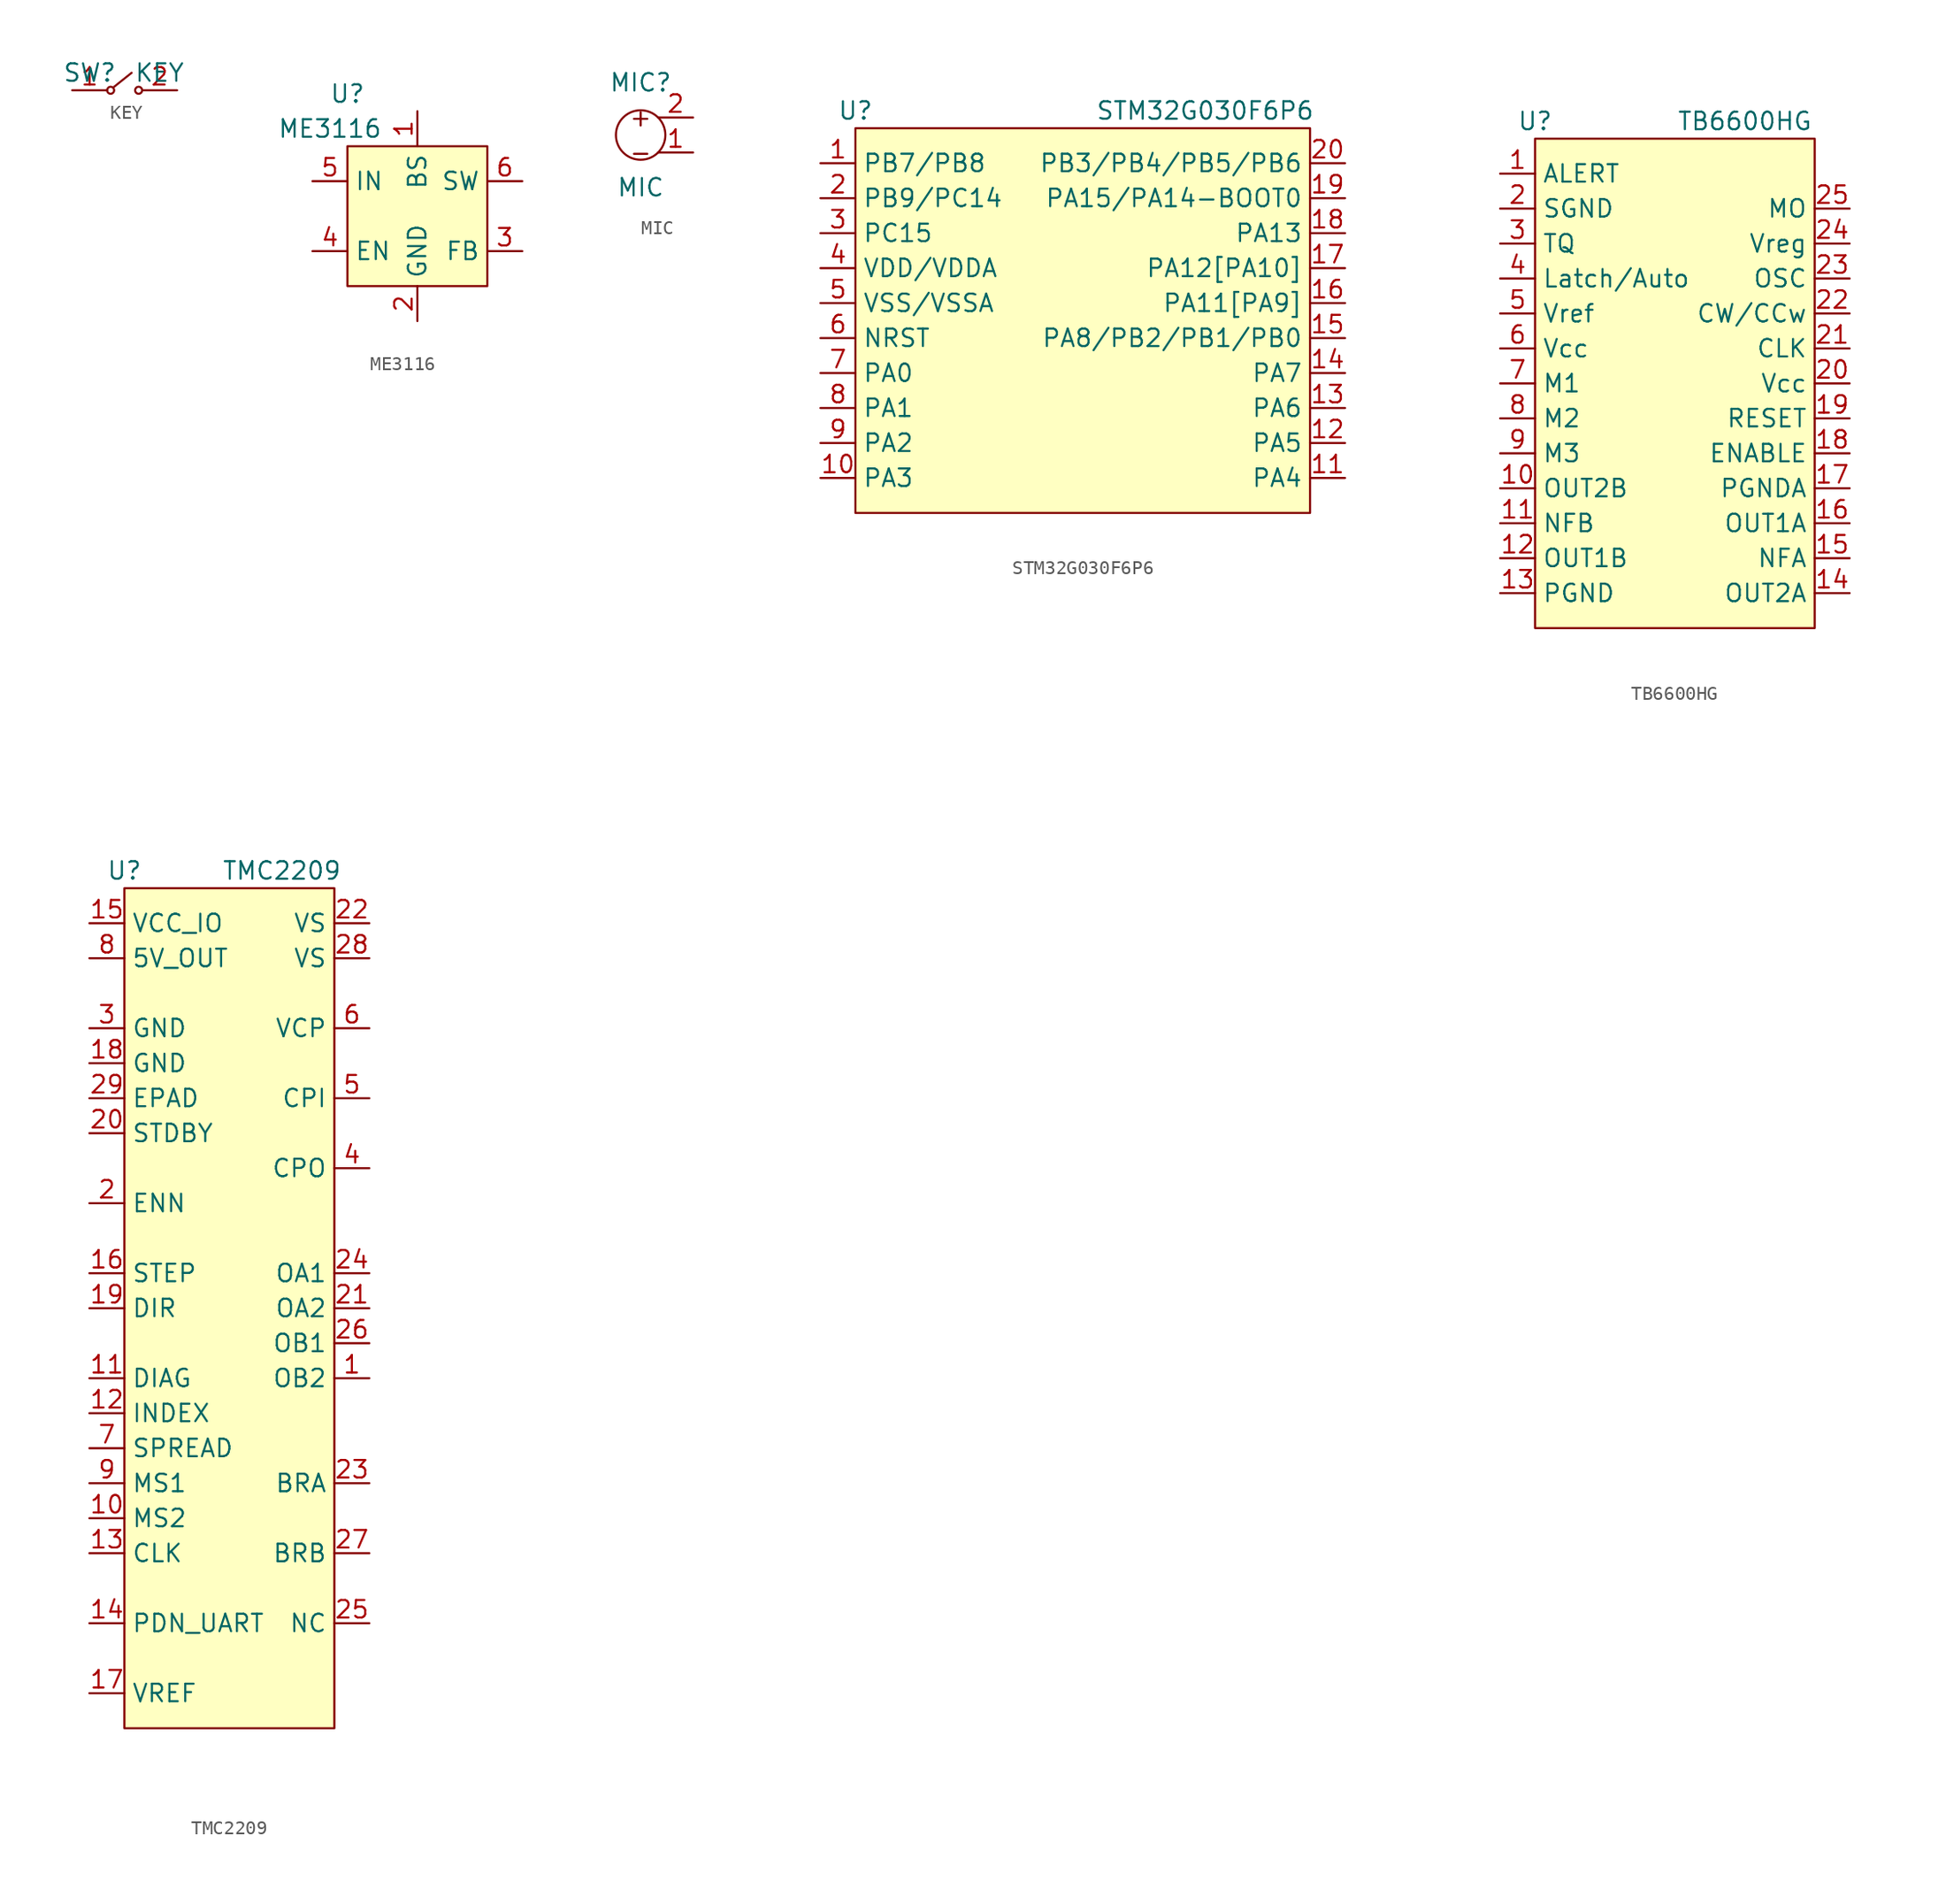
<source format=kicad_sym>
(kicad_symbol_lib
  (version 20211014)
  (generator kicad_symbol_editor)
  (symbol "KEY"
    (pin_names hide)
    (property "Reference" "SW"
      (at -1.27 1.27 0)
      (effects (font (size 1.27 1.27))))
    (property "Value" "KEY"
      (at 3.81 1.27 0)
      (effects (font (size 1.27 1.27))))
    (symbol "KEY_0_1"
      (polyline (pts (xy 0.508 0.254) (xy 1.778 1.27)) (stroke (width 0) (type default) (color 0 0 0 0)) (fill (type none)))
      (circle (center 0.254 0) (radius 0.254) (stroke (width 0) (type default) (color 0 0 0 0)) (fill (type none)))
      (circle (center 2.286 0) (radius 0.254) (stroke (width 0) (type default) (color 0 0 0 0)) (fill (type none))))
    (symbol "KEY_1_1"
      (pin passive line (at -2.54 0 0) (length 2.54) (name "A" (effects (font (size 1.27 1.27)))) (number "1" (effects (font (size 1.27 1.27)))))
      (pin passive line (at 5.08 0 180) (length 2.54) (name "B" (effects (font (size 1.27 1.27)))) (number "2" (effects (font (size 1.27 1.27)))))))
  (symbol "ME3116"
    (property "Reference" "U"
      (at 0 3.81 0)
      (effects (font (size 1.27 1.27))))
    (property "Value" "ME3116"
      (at -1.27 1.27 0)
      (effects (font (size 1.27 1.27))))
    (symbol "ME3116_0_1"
      (rectangle (start 0 0) (end 10.16 -10.16) (stroke (width 0) (type default) (color 0 0 0 0)) (fill (type background))))
    (symbol "ME3116_1_1"
      (pin bidirectional line (at 5.08 2.54 270) (length 2.54) (name "BS" (effects (font (size 1.27 1.27)))) (number "1" (effects (font (size 1.27 1.27)))))
      (pin power_in line (at 5.08 -12.7 90) (length 2.54) (name "GND" (effects (font (size 1.27 1.27)))) (number "2" (effects (font (size 1.27 1.27)))))
      (pin input line (at 12.7 -7.62 180) (length 2.54) (name "FB" (effects (font (size 1.27 1.27)))) (number "3" (effects (font (size 1.27 1.27)))))
      (pin input line (at -2.54 -7.62 0) (length 2.54) (name "EN" (effects (font (size 1.27 1.27)))) (number "4" (effects (font (size 1.27 1.27)))))
      (pin power_in line (at -2.54 -2.54 0) (length 2.54) (name "IN" (effects (font (size 1.27 1.27)))) (number "5" (effects (font (size 1.27 1.27)))))
      (pin output line (at 12.7 -2.54 180) (length 2.54) (name "SW" (effects (font (size 1.27 1.27)))) (number "6" (effects (font (size 1.27 1.27)))))))
  (symbol "MIC"
    (pin_names hide)
    (property "Reference" "MIC"
      (at 0 3.81 0)
      (effects (font (size 1.27 1.27))))
    (property "Value" "MIC"
      (at 0 -3.81 0)
      (effects (font (size 1.27 1.27))))
    (symbol "MIC_0_0"
      (text "+" (at 0 1.27 0) (effects (font (size 1.27 1.27))))
      (text "-" (at 0 -1.27 0) (effects (font (size 1.27 1.27)))))
    (symbol "MIC_0_1"
      (circle (center 0 0) (radius 1.796) (stroke (width 0) (type default) (color 0 0 0 0)) (fill (type none))))
    (symbol "MIC_1_1"
      (pin passive line (at 3.81 -1.27 180) (length 2.54) (name "1" (effects (font (size 1.27 1.27)))) (number "1" (effects (font (size 1.27 1.27)))))
      (pin passive line (at 3.81 1.27 180) (length 2.54) (name "2" (effects (font (size 1.27 1.27)))) (number "2" (effects (font (size 1.27 1.27)))))))
  (symbol "STM32G030F6P6"
    (property "Reference" "U"
      (at 0 1.27 0)
      (effects (font (size 1.27 1.27))))
    (property "Value" "STM32G030F6P6"
      (at 25.4 1.27 0)
      (effects (font (size 1.27 1.27))))
    (symbol "STM32G030F6P6_0_1"
      (rectangle (start 0 0) (end 33.02 -27.94) (stroke (width 0) (type default) (color 0 0 0 0)) (fill (type background))))
    (symbol "STM32G030F6P6_1_1"
      (pin bidirectional line (at -2.54 -2.54 0) (length 2.54) (name "PB7/PB8" (effects (font (size 1.27 1.27)))) (number "1" (effects (font (size 1.27 1.27)))))
      (pin bidirectional line (at -2.54 -25.4 0) (length 2.54) (name "PA3" (effects (font (size 1.27 1.27)))) (number "10" (effects (font (size 1.27 1.27)))))
      (pin bidirectional line (at 35.56 -25.4 180) (length 2.54) (name "PA4" (effects (font (size 1.27 1.27)))) (number "11" (effects (font (size 1.27 1.27)))))
      (pin bidirectional line (at 35.56 -22.86 180) (length 2.54) (name "PA5" (effects (font (size 1.27 1.27)))) (number "12" (effects (font (size 1.27 1.27)))))
      (pin bidirectional line (at 35.56 -20.32 180) (length 2.54) (name "PA6" (effects (font (size 1.27 1.27)))) (number "13" (effects (font (size 1.27 1.27)))))
      (pin bidirectional line (at 35.56 -17.78 180) (length 2.54) (name "PA7" (effects (font (size 1.27 1.27)))) (number "14" (effects (font (size 1.27 1.27)))))
      (pin bidirectional line (at 35.56 -15.24 180) (length 2.54) (name "PA8/PB2/PB1/PB0" (effects (font (size 1.27 1.27)))) (number "15" (effects (font (size 1.27 1.27)))))
      (pin bidirectional line (at 35.56 -12.7 180) (length 2.54) (name "PA11[PA9]" (effects (font (size 1.27 1.27)))) (number "16" (effects (font (size 1.27 1.27)))))
      (pin bidirectional line (at 35.56 -10.16 180) (length 2.54) (name "PA12[PA10]" (effects (font (size 1.27 1.27)))) (number "17" (effects (font (size 1.27 1.27)))))
      (pin bidirectional line (at 35.56 -7.62 180) (length 2.54) (name "PA13" (effects (font (size 1.27 1.27)))) (number "18" (effects (font (size 1.27 1.27)))))
      (pin bidirectional line (at 35.56 -5.08 180) (length 2.54) (name "PA15/PA14-BOOT0" (effects (font (size 1.27 1.27)))) (number "19" (effects (font (size 1.27 1.27)))))
      (pin bidirectional line (at -2.54 -5.08 0) (length 2.54) (name "PB9/PC14" (effects (font (size 1.27 1.27)))) (number "2" (effects (font (size 1.27 1.27)))))
      (pin bidirectional line (at 35.56 -2.54 180) (length 2.54) (name "PB3/PB4/PB5/PB6" (effects (font (size 1.27 1.27)))) (number "20" (effects (font (size 1.27 1.27)))))
      (pin bidirectional line (at -2.54 -7.62 0) (length 2.54) (name "PC15" (effects (font (size 1.27 1.27)))) (number "3" (effects (font (size 1.27 1.27)))))
      (pin power_in line (at -2.54 -10.16 0) (length 2.54) (name "VDD/VDDA" (effects (font (size 1.27 1.27)))) (number "4" (effects (font (size 1.27 1.27)))))
      (pin power_in line (at -2.54 -12.7 0) (length 2.54) (name "VSS/VSSA" (effects (font (size 1.27 1.27)))) (number "5" (effects (font (size 1.27 1.27)))))
      (pin input line (at -2.54 -15.24 0) (length 2.54) (name "NRST" (effects (font (size 1.27 1.27)))) (number "6" (effects (font (size 1.27 1.27)))))
      (pin bidirectional line (at -2.54 -17.78 0) (length 2.54) (name "PA0" (effects (font (size 1.27 1.27)))) (number "7" (effects (font (size 1.27 1.27)))))
      (pin bidirectional line (at -2.54 -20.32 0) (length 2.54) (name "PA1" (effects (font (size 1.27 1.27)))) (number "8" (effects (font (size 1.27 1.27)))))
      (pin bidirectional line (at -2.54 -22.86 0) (length 2.54) (name "PA2" (effects (font (size 1.27 1.27)))) (number "9" (effects (font (size 1.27 1.27)))))))
  (symbol "TB6600HG"
    (property "Reference" "U"
      (at 0 1.27 0)
      (effects (font (size 1.27 1.27))))
    (property "Value" "TB6600HG"
      (at 15.24 1.27 0)
      (effects (font (size 1.27 1.27))))
    (symbol "TB6600HG_0_1"
      (rectangle (start 0 0) (end 20.32 -35.56) (stroke (width 0) (type default) (color 0 0 0 0)) (fill (type background))))
    (symbol "TB6600HG_1_1"
      (pin bidirectional line (at -2.54 -2.54 0) (length 2.54) (name "ALERT" (effects (font (size 1.27 1.27)))) (number "1" (effects (font (size 1.27 1.27)))))
      (pin output line (at -2.54 -25.4 0) (length 2.54) (name "OUT2B" (effects (font (size 1.27 1.27)))) (number "10" (effects (font (size 1.27 1.27)))))
      (pin bidirectional line (at -2.54 -27.94 0) (length 2.54) (name "NFB" (effects (font (size 1.27 1.27)))) (number "11" (effects (font (size 1.27 1.27)))))
      (pin output line (at -2.54 -30.48 0) (length 2.54) (name "OUT1B" (effects (font (size 1.27 1.27)))) (number "12" (effects (font (size 1.27 1.27)))))
      (pin power_in line (at -2.54 -33.02 0) (length 2.54) (name "PGND" (effects (font (size 1.27 1.27)))) (number "13" (effects (font (size 1.27 1.27)))))
      (pin output line (at 22.86 -33.02 180) (length 2.54) (name "OUT2A" (effects (font (size 1.27 1.27)))) (number "14" (effects (font (size 1.27 1.27)))))
      (pin bidirectional line (at 22.86 -30.48 180) (length 2.54) (name "NFA" (effects (font (size 1.27 1.27)))) (number "15" (effects (font (size 1.27 1.27)))))
      (pin output line (at 22.86 -27.94 180) (length 2.54) (name "OUT1A" (effects (font (size 1.27 1.27)))) (number "16" (effects (font (size 1.27 1.27)))))
      (pin power_in line (at 22.86 -25.4 180) (length 2.54) (name "PGNDA" (effects (font (size 1.27 1.27)))) (number "17" (effects (font (size 1.27 1.27)))))
      (pin input line (at 22.86 -22.86 180) (length 2.54) (name "ENABLE" (effects (font (size 1.27 1.27)))) (number "18" (effects (font (size 1.27 1.27)))))
      (pin input line (at 22.86 -20.32 180) (length 2.54) (name "RESET" (effects (font (size 1.27 1.27)))) (number "19" (effects (font (size 1.27 1.27)))))
      (pin power_in line (at -2.54 -5.08 0) (length 2.54) (name "SGND" (effects (font (size 1.27 1.27)))) (number "2" (effects (font (size 1.27 1.27)))))
      (pin power_in line (at 22.86 -17.78 180) (length 2.54) (name "Vcc" (effects (font (size 1.27 1.27)))) (number "20" (effects (font (size 1.27 1.27)))))
      (pin input line (at 22.86 -15.24 180) (length 2.54) (name "CLK" (effects (font (size 1.27 1.27)))) (number "21" (effects (font (size 1.27 1.27)))))
      (pin input line (at 22.86 -12.7 180) (length 2.54) (name "CW/CCw" (effects (font (size 1.27 1.27)))) (number "22" (effects (font (size 1.27 1.27)))))
      (pin bidirectional line (at 22.86 -10.16 180) (length 2.54) (name "OSC" (effects (font (size 1.27 1.27)))) (number "23" (effects (font (size 1.27 1.27)))))
      (pin bidirectional line (at 22.86 -7.62 180) (length 2.54) (name "Vreg" (effects (font (size 1.27 1.27)))) (number "24" (effects (font (size 1.27 1.27)))))
      (pin bidirectional line (at 22.86 -5.08 180) (length 2.54) (name "MO" (effects (font (size 1.27 1.27)))) (number "25" (effects (font (size 1.27 1.27)))))
      (pin bidirectional line (at -2.54 -7.62 0) (length 2.54) (name "TQ" (effects (font (size 1.27 1.27)))) (number "3" (effects (font (size 1.27 1.27)))))
      (pin bidirectional line (at -2.54 -10.16 0) (length 2.54) (name "Latch/Auto" (effects (font (size 1.27 1.27)))) (number "4" (effects (font (size 1.27 1.27)))))
      (pin input line (at -2.54 -12.7 0) (length 2.54) (name "Vref" (effects (font (size 1.27 1.27)))) (number "5" (effects (font (size 1.27 1.27)))))
      (pin power_in line (at -2.54 -15.24 0) (length 2.54) (name "Vcc" (effects (font (size 1.27 1.27)))) (number "6" (effects (font (size 1.27 1.27)))))
      (pin input line (at -2.54 -17.78 0) (length 2.54) (name "M1" (effects (font (size 1.27 1.27)))) (number "7" (effects (font (size 1.27 1.27)))))
      (pin input line (at -2.54 -20.32 0) (length 2.54) (name "M2" (effects (font (size 1.27 1.27)))) (number "8" (effects (font (size 1.27 1.27)))))
      (pin input line (at -2.54 -22.86 0) (length 2.54) (name "M3" (effects (font (size 1.27 1.27)))) (number "9" (effects (font (size 1.27 1.27)))))))
  (symbol "TMC2209"
    (property "Reference" "U"
      (at 0 1.27 0)
      (effects (font (size 1.27 1.27))))
    (property "Value" "TMC2209"
      (at 11.43 1.27 0)
      (effects (font (size 1.27 1.27))))
    (symbol "TMC2209_0_1"
      (rectangle (start 0 0) (end 15.24 -60.96) (stroke (width 0) (type default) (color 0 0 0 0)) (fill (type background))))
    (symbol "TMC2209_1_1"
      (pin bidirectional line (at 17.78 -35.56 180) (length 2.54) (name "OB2" (effects (font (size 1.27 1.27)))) (number "1" (effects (font (size 1.27 1.27)))))
      (pin bidirectional line (at -2.54 -45.72 0) (length 2.54) (name "MS2" (effects (font (size 1.27 1.27)))) (number "10" (effects (font (size 1.27 1.27)))))
      (pin bidirectional line (at -2.54 -35.56 0) (length 2.54) (name "DIAG" (effects (font (size 1.27 1.27)))) (number "11" (effects (font (size 1.27 1.27)))))
      (pin bidirectional line (at -2.54 -38.1 0) (length 2.54) (name "INDEX" (effects (font (size 1.27 1.27)))) (number "12" (effects (font (size 1.27 1.27)))))
      (pin bidirectional line (at -2.54 -48.26 0) (length 2.54) (name "CLK" (effects (font (size 1.27 1.27)))) (number "13" (effects (font (size 1.27 1.27)))))
      (pin bidirectional line (at -2.54 -53.34 0) (length 2.54) (name "PDN_UART" (effects (font (size 1.27 1.27)))) (number "14" (effects (font (size 1.27 1.27)))))
      (pin power_in line (at -2.54 -2.54 0) (length 2.54) (name "VCC_IO" (effects (font (size 1.27 1.27)))) (number "15" (effects (font (size 1.27 1.27)))))
      (pin bidirectional line (at -2.54 -27.94 0) (length 2.54) (name "STEP" (effects (font (size 1.27 1.27)))) (number "16" (effects (font (size 1.27 1.27)))))
      (pin bidirectional line (at -2.54 -58.42 0) (length 2.54) (name "VREF" (effects (font (size 1.27 1.27)))) (number "17" (effects (font (size 1.27 1.27)))))
      (pin power_in line (at -2.54 -12.7 0) (length 2.54) (name "GND" (effects (font (size 1.27 1.27)))) (number "18" (effects (font (size 1.27 1.27)))))
      (pin bidirectional line (at -2.54 -30.48 0) (length 2.54) (name "DIR" (effects (font (size 1.27 1.27)))) (number "19" (effects (font (size 1.27 1.27)))))
      (pin bidirectional line (at -2.54 -22.86 0) (length 2.54) (name "ENN" (effects (font (size 1.27 1.27)))) (number "2" (effects (font (size 1.27 1.27)))))
      (pin bidirectional line (at -2.54 -17.78 0) (length 2.54) (name "STDBY" (effects (font (size 1.27 1.27)))) (number "20" (effects (font (size 1.27 1.27)))))
      (pin bidirectional line (at 17.78 -30.48 180) (length 2.54) (name "OA2" (effects (font (size 1.27 1.27)))) (number "21" (effects (font (size 1.27 1.27)))))
      (pin bidirectional line (at 17.78 -2.54 180) (length 2.54) (name "VS" (effects (font (size 1.27 1.27)))) (number "22" (effects (font (size 1.27 1.27)))))
      (pin bidirectional line (at 17.78 -43.18 180) (length 2.54) (name "BRA" (effects (font (size 1.27 1.27)))) (number "23" (effects (font (size 1.27 1.27)))))
      (pin bidirectional line (at 17.78 -27.94 180) (length 2.54) (name "OA1" (effects (font (size 1.27 1.27)))) (number "24" (effects (font (size 1.27 1.27)))))
      (pin bidirectional line (at 17.78 -53.34 180) (length 2.54) (name "NC" (effects (font (size 1.27 1.27)))) (number "25" (effects (font (size 1.27 1.27)))))
      (pin bidirectional line (at 17.78 -33.02 180) (length 2.54) (name "OB1" (effects (font (size 1.27 1.27)))) (number "26" (effects (font (size 1.27 1.27)))))
      (pin bidirectional line (at 17.78 -48.26 180) (length 2.54) (name "BRB" (effects (font (size 1.27 1.27)))) (number "27" (effects (font (size 1.27 1.27)))))
      (pin bidirectional line (at 17.78 -5.08 180) (length 2.54) (name "VS" (effects (font (size 1.27 1.27)))) (number "28" (effects (font (size 1.27 1.27)))))
      (pin power_in line (at -2.54 -15.24 0) (length 2.54) (name "EPAD" (effects (font (size 1.27 1.27)))) (number "29" (effects (font (size 1.27 1.27)))))
      (pin power_in line (at -2.54 -10.16 0) (length 2.54) (name "GND" (effects (font (size 1.27 1.27)))) (number "3" (effects (font (size 1.27 1.27)))))
      (pin bidirectional line (at 17.78 -20.32 180) (length 2.54) (name "CPO" (effects (font (size 1.27 1.27)))) (number "4" (effects (font (size 1.27 1.27)))))
      (pin bidirectional line (at 17.78 -15.24 180) (length 2.54) (name "CPI" (effects (font (size 1.27 1.27)))) (number "5" (effects (font (size 1.27 1.27)))))
      (pin bidirectional line (at 17.78 -10.16 180) (length 2.54) (name "VCP" (effects (font (size 1.27 1.27)))) (number "6" (effects (font (size 1.27 1.27)))))
      (pin bidirectional line (at -2.54 -40.64 0) (length 2.54) (name "SPREAD" (effects (font (size 1.27 1.27)))) (number "7" (effects (font (size 1.27 1.27)))))
      (pin power_out line (at -2.54 -5.08 0) (length 2.54) (name "5V_OUT" (effects (font (size 1.27 1.27)))) (number "8" (effects (font (size 1.27 1.27)))))
      (pin bidirectional line (at -2.54 -43.18 0) (length 2.54) (name "MS1" (effects (font (size 1.27 1.27)))) (number "9" (effects (font (size 1.27 1.27))))))))
</source>
